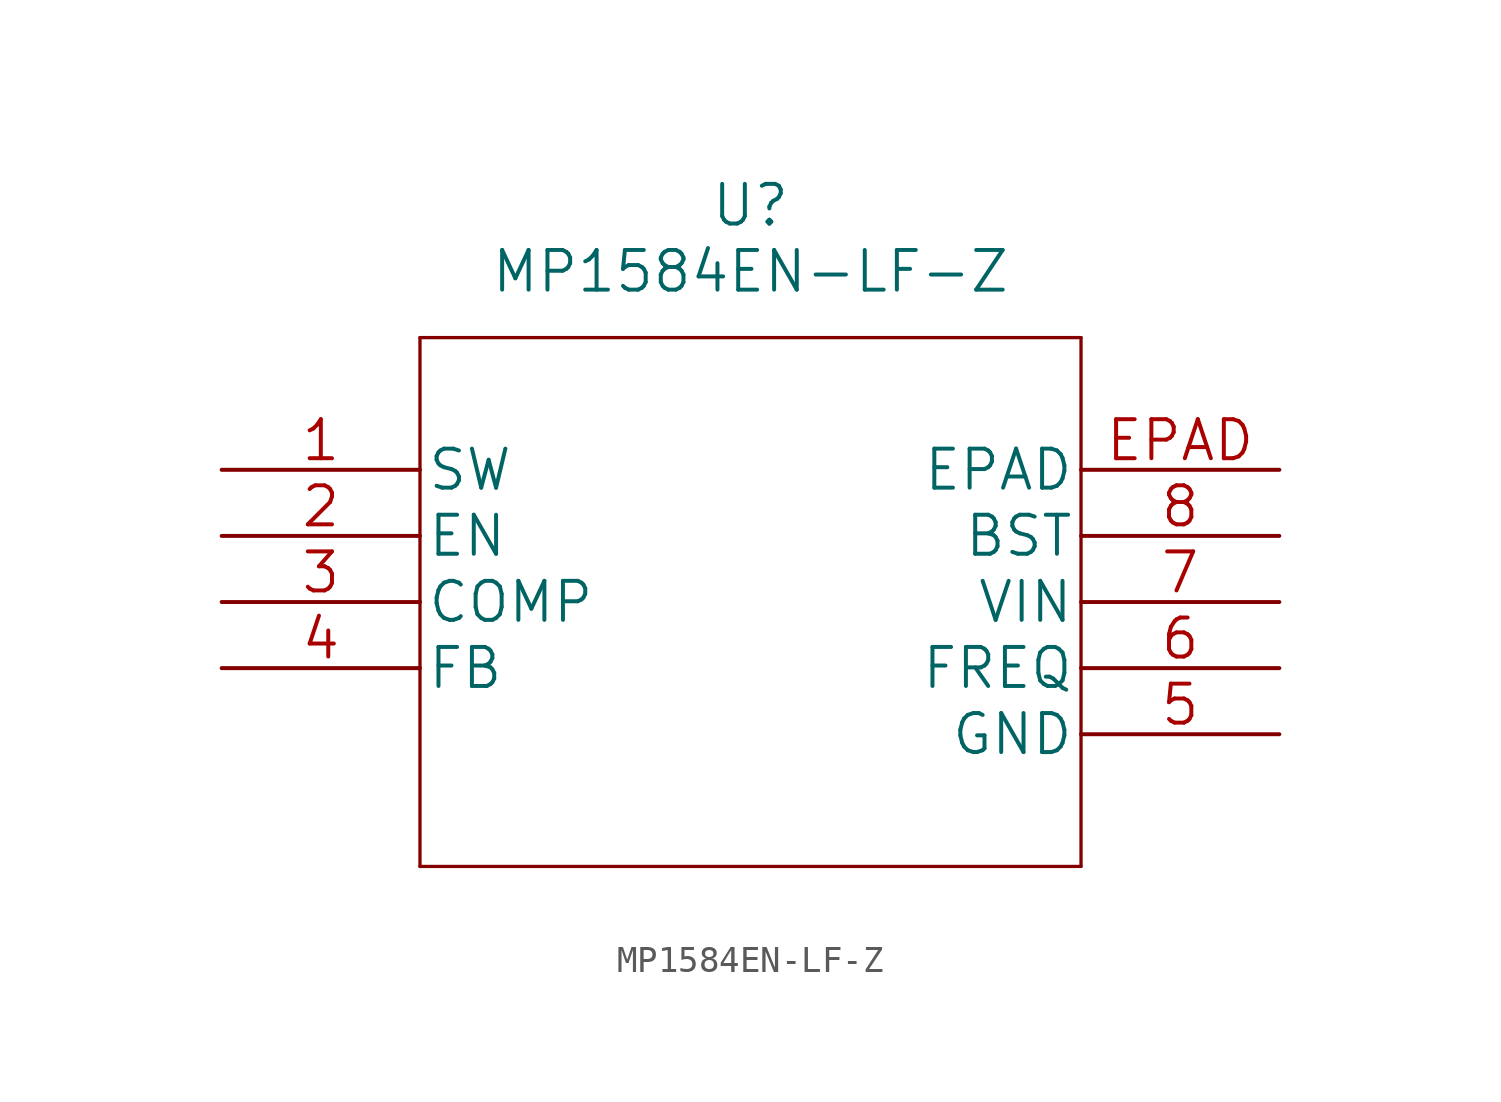
<source format=kicad_sym>
(kicad_symbol_lib
  (version 20211014)
  (generator kicad_symbol_editor)
  (symbol "MP1584EN-LF-Z"
    (pin_names
      (offset 0.254))
    (property "Reference" "U"
      (at 20.32 10.16 0)
      (effects (font (size 1.524 1.524))))
    (property "Value" "MP1584EN-LF-Z"
      (at 20.32 7.62 0)
      (effects (font (size 1.524 1.524))))
    (property "Datasheet" ""
      (at 0 0 0)
      (effects (font (size 1.524 1.524))))
    (symbol "MP1584EN-LF-Z_1_1"
      (polyline (pts (xy 7.62 -15.24) (xy 33.02 -15.24)) (stroke (width 0.127) (type default) (color 0 0 0 0)) (fill (type none)))
      (polyline (pts (xy 7.62 5.08) (xy 7.62 -15.24)) (stroke (width 0.127) (type default) (color 0 0 0 0)) (fill (type none)))
      (polyline (pts (xy 33.02 -15.24) (xy 33.02 5.08)) (stroke (width 0.127) (type default) (color 0 0 0 0)) (fill (type none)))
      (polyline (pts (xy 33.02 5.08) (xy 7.62 5.08)) (stroke (width 0.127) (type default) (color 0 0 0 0)) (fill (type none)))
      (pin output line (at 0 0 0) (length 7.62) (name "SW" (effects (font (size 1.499 1.499)))) (number "1" (effects (font (size 1.499 1.499)))))
      (pin input line (at 0 -2.54 0) (length 7.62) (name "EN" (effects (font (size 1.499 1.499)))) (number "2" (effects (font (size 1.499 1.499)))))
      (pin output line (at 0 -5.08 0) (length 7.62) (name "COMP" (effects (font (size 1.499 1.499)))) (number "3" (effects (font (size 1.499 1.499)))))
      (pin input line (at 0 -7.62 0) (length 7.62) (name "FB" (effects (font (size 1.499 1.499)))) (number "4" (effects (font (size 1.499 1.499)))))
      (pin power_in line (at 40.64 -10.16 180) (length 7.62) (name "GND" (effects (font (size 1.499 1.499)))) (number "5" (effects (font (size 1.499 1.499)))))
      (pin input line (at 40.64 -7.62 180) (length 7.62) (name "FREQ" (effects (font (size 1.499 1.499)))) (number "6" (effects (font (size 1.499 1.499)))))
      (pin power_in line (at 40.64 -5.08 180) (length 7.62) (name "VIN" (effects (font (size 1.499 1.499)))) (number "7" (effects (font (size 1.499 1.499)))))
      (pin unspecified line (at 40.64 -2.54 180) (length 7.62) (name "BST" (effects (font (size 1.499 1.499)))) (number "8" (effects (font (size 1.499 1.499)))))
      (pin power_in line (at 40.64 0 180) (length 7.62) (name "EPAD" (effects (font (size 1.499 1.499)))) (number "EPAD" (effects (font (size 1.499 1.499))))))))
</source>
